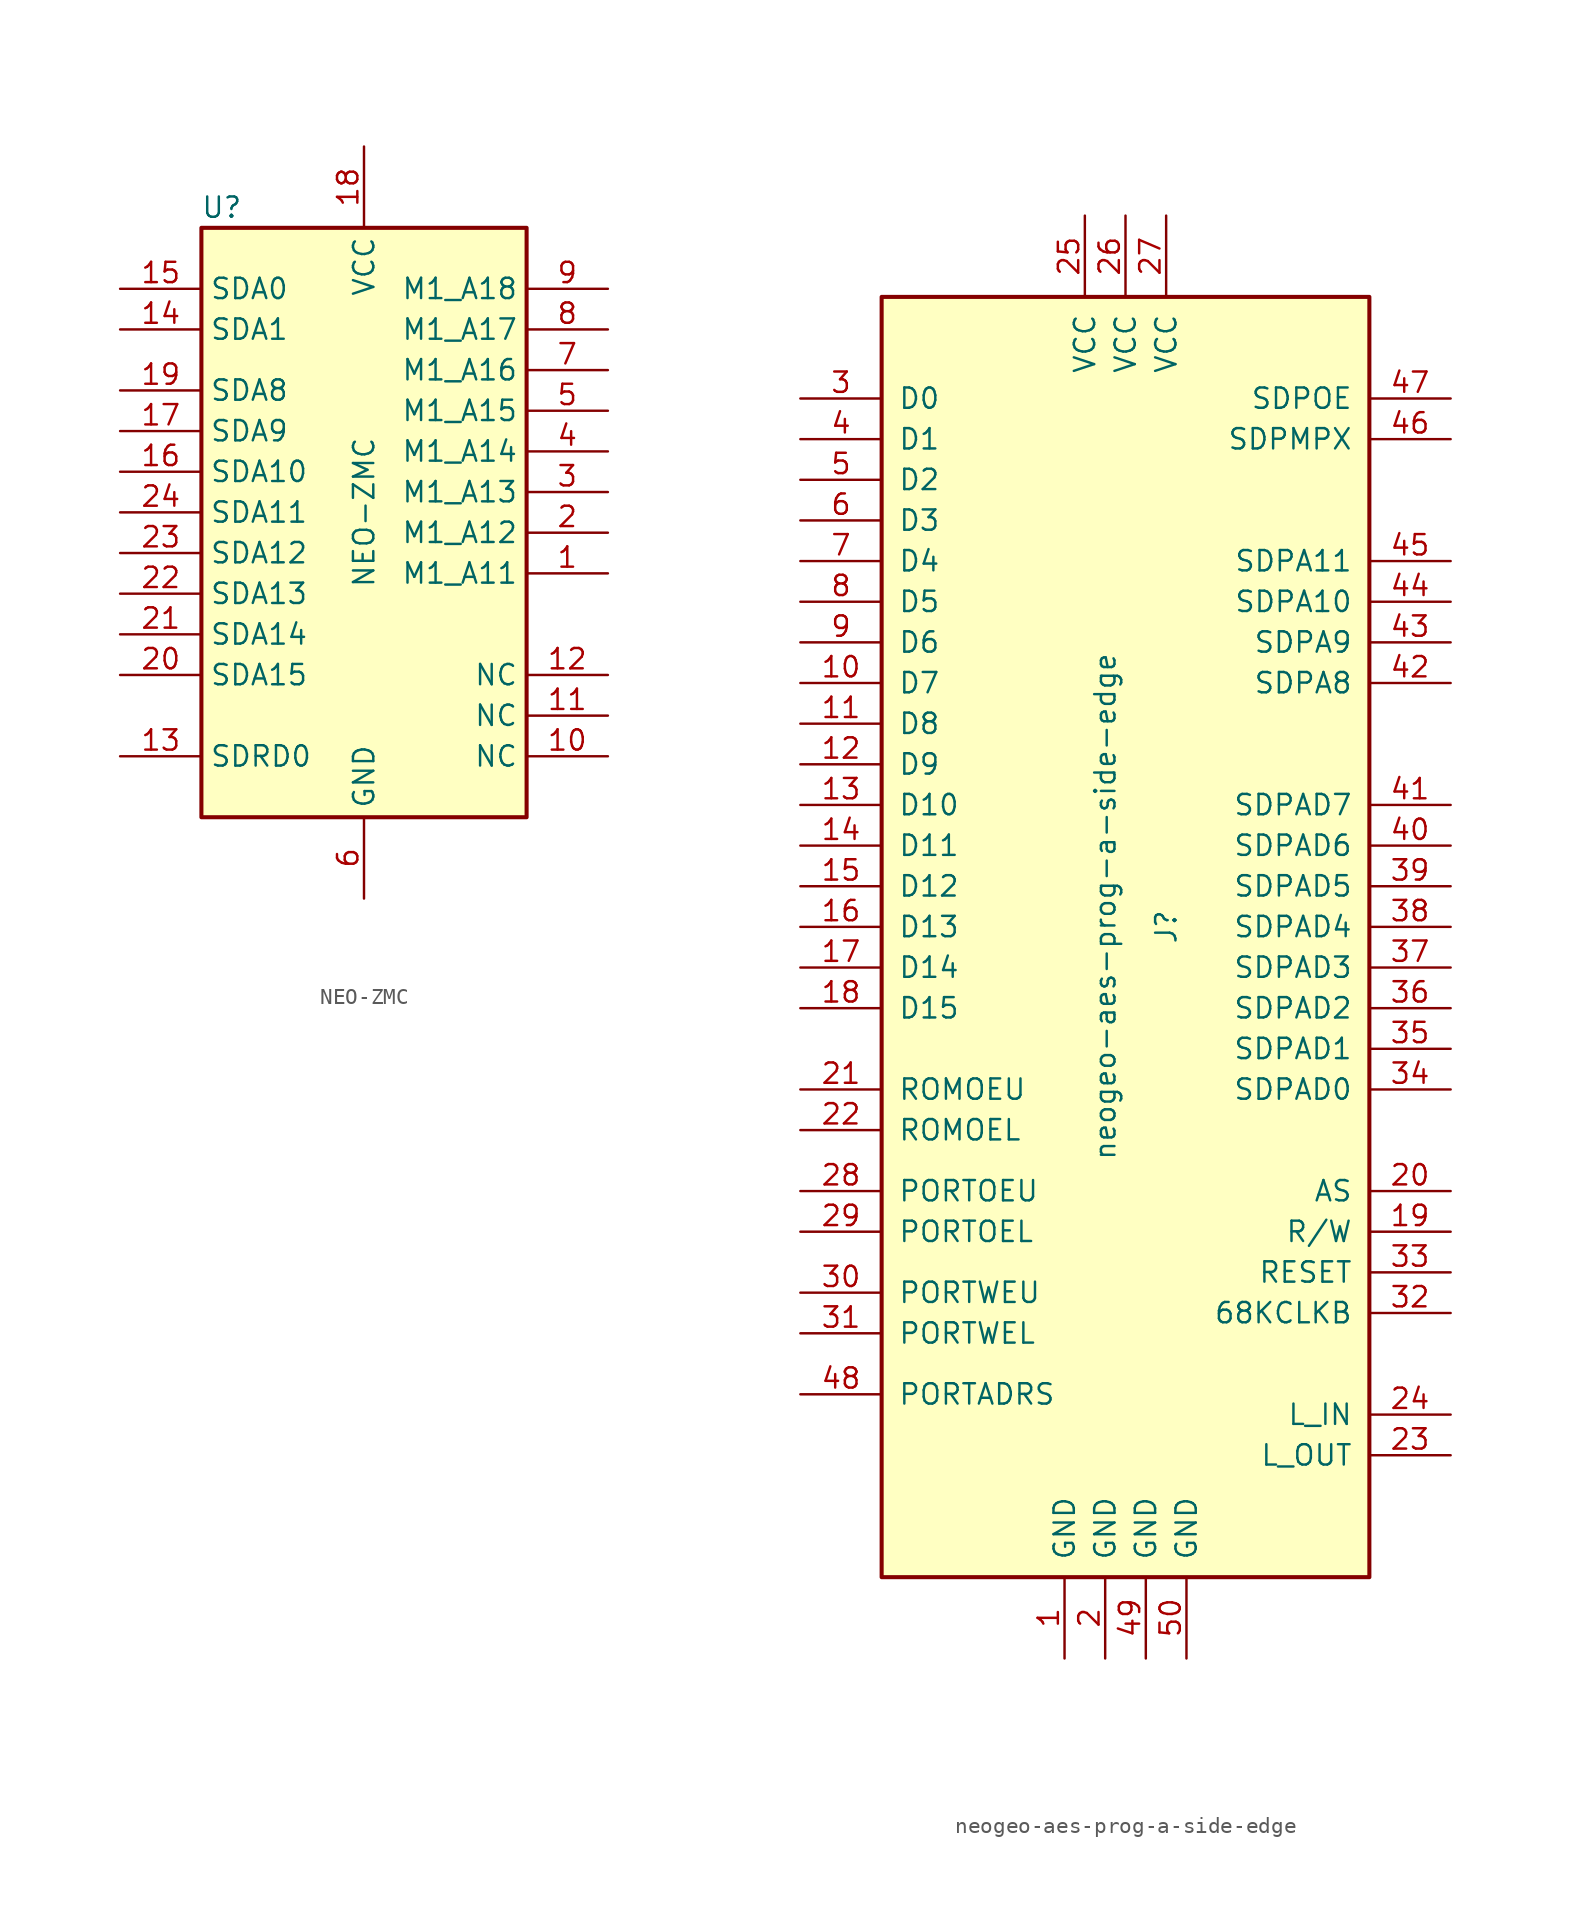
<source format=kicad_sym>
(kicad_symbol_lib
  (version 20211014)
  (generator kicad_symbol_editor)
  (symbol "NEO-ZMC"
    (property "Reference" "U"
      (at -8.89 19.05 0)
      (effects (font (size 1.27 1.27))))
    (property "Value" "NEO-ZMC"
      (at 0 0 90)
      (effects (font (size 1.27 1.27))))
    (symbol "NEO-ZMC_0_1"
      (rectangle (start -10.16 17.78) (end 10.16 -19.05) (stroke (width 0.254) (type default) (color 0 0 0 0)) (fill (type background))))
    (symbol "NEO-ZMC_1_1"
      (pin output line (at 15.24 -3.81 180) (length 5.08) (name "M1_A11" (effects (font (size 1.27 1.27)))) (number "1" (effects (font (size 1.27 1.27)))))
      (pin unspecified line (at 15.24 -15.24 180) (length 5.08) (name "NC" (effects (font (size 1.27 1.27)))) (number "10" (effects (font (size 1.27 1.27)))))
      (pin unspecified line (at 15.24 -12.7 180) (length 5.08) (name "NC" (effects (font (size 1.27 1.27)))) (number "11" (effects (font (size 1.27 1.27)))))
      (pin unspecified line (at 15.24 -10.16 180) (length 5.08) (name "NC" (effects (font (size 1.27 1.27)))) (number "12" (effects (font (size 1.27 1.27)))))
      (pin input line (at -15.24 -15.24 0) (length 5.08) (name "SDRD0" (effects (font (size 1.27 1.27)))) (number "13" (effects (font (size 1.27 1.27)))))
      (pin input line (at -15.24 11.43 0) (length 5.08) (name "SDA1" (effects (font (size 1.27 1.27)))) (number "14" (effects (font (size 1.27 1.27)))))
      (pin input line (at -15.24 13.97 0) (length 5.08) (name "SDA0" (effects (font (size 1.27 1.27)))) (number "15" (effects (font (size 1.27 1.27)))))
      (pin input line (at -15.24 2.54 0) (length 5.08) (name "SDA10" (effects (font (size 1.27 1.27)))) (number "16" (effects (font (size 1.27 1.27)))))
      (pin input line (at -15.24 5.08 0) (length 5.08) (name "SDA9" (effects (font (size 1.27 1.27)))) (number "17" (effects (font (size 1.27 1.27)))))
      (pin power_in line (at 0 22.86 270) (length 5.08) (name "VCC" (effects (font (size 1.27 1.27)))) (number "18" (effects (font (size 1.27 1.27)))))
      (pin input line (at -15.24 7.62 0) (length 5.08) (name "SDA8" (effects (font (size 1.27 1.27)))) (number "19" (effects (font (size 1.27 1.27)))))
      (pin output line (at 15.24 -1.27 180) (length 5.08) (name "M1_A12" (effects (font (size 1.27 1.27)))) (number "2" (effects (font (size 1.27 1.27)))))
      (pin input line (at -15.24 -10.16 0) (length 5.08) (name "SDA15" (effects (font (size 1.27 1.27)))) (number "20" (effects (font (size 1.27 1.27)))))
      (pin input line (at -15.24 -7.62 0) (length 5.08) (name "SDA14" (effects (font (size 1.27 1.27)))) (number "21" (effects (font (size 1.27 1.27)))))
      (pin input line (at -15.24 -5.08 0) (length 5.08) (name "SDA13" (effects (font (size 1.27 1.27)))) (number "22" (effects (font (size 1.27 1.27)))))
      (pin input line (at -15.24 -2.54 0) (length 5.08) (name "SDA12" (effects (font (size 1.27 1.27)))) (number "23" (effects (font (size 1.27 1.27)))))
      (pin input line (at -15.24 0 0) (length 5.08) (name "SDA11" (effects (font (size 1.27 1.27)))) (number "24" (effects (font (size 1.27 1.27)))))
      (pin output line (at 15.24 1.27 180) (length 5.08) (name "M1_A13" (effects (font (size 1.27 1.27)))) (number "3" (effects (font (size 1.27 1.27)))))
      (pin output line (at 15.24 3.81 180) (length 5.08) (name "M1_A14" (effects (font (size 1.27 1.27)))) (number "4" (effects (font (size 1.27 1.27)))))
      (pin output line (at 15.24 6.35 180) (length 5.08) (name "M1_A15" (effects (font (size 1.27 1.27)))) (number "5" (effects (font (size 1.27 1.27)))))
      (pin power_in line (at 0 -24.13 90) (length 5.08) (name "GND" (effects (font (size 1.27 1.27)))) (number "6" (effects (font (size 1.27 1.27)))))
      (pin output line (at 15.24 8.89 180) (length 5.08) (name "M1_A16" (effects (font (size 1.27 1.27)))) (number "7" (effects (font (size 1.27 1.27)))))
      (pin output line (at 15.24 11.43 180) (length 5.08) (name "M1_A17" (effects (font (size 1.27 1.27)))) (number "8" (effects (font (size 1.27 1.27)))))
      (pin output line (at 15.24 13.97 180) (length 5.08) (name "M1_A18" (effects (font (size 1.27 1.27)))) (number "9" (effects (font (size 1.27 1.27)))))))
  (symbol "neogeo-aes-prog-a-side-edge"
    (pin_names
      (offset 1.016))
    (property "Reference" "J"
      (at 2.54 -1.27 90)
      (effects (font (size 1.27 1.27))))
    (property "Value" "neogeo-aes-prog-a-side-edge"
      (at -1.27 0 90)
      (effects (font (size 1.27 1.27))))
    (symbol "neogeo-aes-prog-a-side-edge_0_0"
      (pin output line (at 20.32 -20.32 180) (length 5.08) (name "R/W" (effects (font (size 1.27 1.27)))) (number "19" (effects (font (size 1.27 1.27)))))
      (pin output line (at 20.32 -17.78 180) (length 5.08) (name "AS" (effects (font (size 1.27 1.27)))) (number "20" (effects (font (size 1.27 1.27)))))
      (pin output line (at -20.32 -11.43 0) (length 5.08) (name "ROMOEU" (effects (font (size 1.27 1.27)))) (number "21" (effects (font (size 1.27 1.27)))))
      (pin output line (at -20.32 -13.97 0) (length 5.08) (name "ROMOEL" (effects (font (size 1.27 1.27)))) (number "22" (effects (font (size 1.27 1.27)))))
      (pin output line (at -20.32 -17.78 0) (length 5.08) (name "PORTOEU" (effects (font (size 1.27 1.27)))) (number "28" (effects (font (size 1.27 1.27)))))
      (pin output line (at -20.32 -20.32 0) (length 5.08) (name "PORTOEL" (effects (font (size 1.27 1.27)))) (number "29" (effects (font (size 1.27 1.27)))))
      (pin output line (at -20.32 -24.13 0) (length 5.08) (name "PORTWEU" (effects (font (size 1.27 1.27)))) (number "30" (effects (font (size 1.27 1.27)))))
      (pin output line (at -20.32 -26.67 0) (length 5.08) (name "PORTWEL" (effects (font (size 1.27 1.27)))) (number "31" (effects (font (size 1.27 1.27)))))
      (pin output line (at 20.32 -25.4 180) (length 5.08) (name "68KCLKB" (effects (font (size 1.27 1.27)))) (number "32" (effects (font (size 1.27 1.27)))))
      (pin output line (at 20.32 -22.86 180) (length 5.08) (name "RESET" (effects (font (size 1.27 1.27)))) (number "33" (effects (font (size 1.27 1.27)))))
      (pin bidirectional line (at 20.32 -11.43 180) (length 5.08) (name "SDPAD0" (effects (font (size 1.27 1.27)))) (number "34" (effects (font (size 1.27 1.27)))))
      (pin bidirectional line (at 20.32 -8.89 180) (length 5.08) (name "SDPAD1" (effects (font (size 1.27 1.27)))) (number "35" (effects (font (size 1.27 1.27)))))
      (pin bidirectional line (at 20.32 -6.35 180) (length 5.08) (name "SDPAD2" (effects (font (size 1.27 1.27)))) (number "36" (effects (font (size 1.27 1.27)))))
      (pin bidirectional line (at 20.32 -3.81 180) (length 5.08) (name "SDPAD3" (effects (font (size 1.27 1.27)))) (number "37" (effects (font (size 1.27 1.27)))))
      (pin bidirectional line (at 20.32 -1.27 180) (length 5.08) (name "SDPAD4" (effects (font (size 1.27 1.27)))) (number "38" (effects (font (size 1.27 1.27)))))
      (pin bidirectional line (at 20.32 1.27 180) (length 5.08) (name "SDPAD5" (effects (font (size 1.27 1.27)))) (number "39" (effects (font (size 1.27 1.27)))))
      (pin bidirectional line (at 20.32 3.81 180) (length 5.08) (name "SDPAD6" (effects (font (size 1.27 1.27)))) (number "40" (effects (font (size 1.27 1.27)))))
      (pin bidirectional line (at 20.32 6.35 180) (length 5.08) (name "SDPAD7" (effects (font (size 1.27 1.27)))) (number "41" (effects (font (size 1.27 1.27)))))
      (pin output line (at 20.32 13.97 180) (length 5.08) (name "SDPA8" (effects (font (size 1.27 1.27)))) (number "42" (effects (font (size 1.27 1.27)))))
      (pin output line (at 20.32 16.51 180) (length 5.08) (name "SDPA9" (effects (font (size 1.27 1.27)))) (number "43" (effects (font (size 1.27 1.27)))))
      (pin output line (at 20.32 19.05 180) (length 5.08) (name "SDPA10" (effects (font (size 1.27 1.27)))) (number "44" (effects (font (size 1.27 1.27)))))
      (pin output line (at 20.32 21.59 180) (length 5.08) (name "SDPA11" (effects (font (size 1.27 1.27)))) (number "45" (effects (font (size 1.27 1.27)))))
      (pin output line (at 20.32 29.21 180) (length 5.08) (name "SDPMPX" (effects (font (size 1.27 1.27)))) (number "46" (effects (font (size 1.27 1.27)))))
      (pin output line (at 20.32 31.75 180) (length 5.08) (name "SDPOE" (effects (font (size 1.27 1.27)))) (number "47" (effects (font (size 1.27 1.27)))))
      (pin output line (at -20.32 -30.48 0) (length 5.08) (name "PORTADRS" (effects (font (size 1.27 1.27)))) (number "48" (effects (font (size 1.27 1.27))))))
    (symbol "neogeo-aes-prog-a-side-edge_1_1"
      (rectangle (start -15.24 38.1) (end 15.24 -41.91) (stroke (width 0.254) (type default) (color 0 0 0 0)) (fill (type background)))
      (pin power_out line (at -3.81 -46.99 90) (length 5.08) (name "GND" (effects (font (size 1.27 1.27)))) (number "1" (effects (font (size 1.27 1.27)))))
      (pin bidirectional line (at -20.32 13.97 0) (length 5.08) (name "D7" (effects (font (size 1.27 1.27)))) (number "10" (effects (font (size 1.27 1.27)))))
      (pin bidirectional line (at -20.32 11.43 0) (length 5.08) (name "D8" (effects (font (size 1.27 1.27)))) (number "11" (effects (font (size 1.27 1.27)))))
      (pin bidirectional line (at -20.32 8.89 0) (length 5.08) (name "D9" (effects (font (size 1.27 1.27)))) (number "12" (effects (font (size 1.27 1.27)))))
      (pin bidirectional line (at -20.32 6.35 0) (length 5.08) (name "D10" (effects (font (size 1.27 1.27)))) (number "13" (effects (font (size 1.27 1.27)))))
      (pin bidirectional line (at -20.32 3.81 0) (length 5.08) (name "D11" (effects (font (size 1.27 1.27)))) (number "14" (effects (font (size 1.27 1.27)))))
      (pin bidirectional line (at -20.32 1.27 0) (length 5.08) (name "D12" (effects (font (size 1.27 1.27)))) (number "15" (effects (font (size 1.27 1.27)))))
      (pin bidirectional line (at -20.32 -1.27 0) (length 5.08) (name "D13" (effects (font (size 1.27 1.27)))) (number "16" (effects (font (size 1.27 1.27)))))
      (pin bidirectional line (at -20.32 -3.81 0) (length 5.08) (name "D14" (effects (font (size 1.27 1.27)))) (number "17" (effects (font (size 1.27 1.27)))))
      (pin bidirectional line (at -20.32 -6.35 0) (length 5.08) (name "D15" (effects (font (size 1.27 1.27)))) (number "18" (effects (font (size 1.27 1.27)))))
      (pin power_out line (at -1.27 -46.99 90) (length 5.08) (name "GND" (effects (font (size 1.27 1.27)))) (number "2" (effects (font (size 1.27 1.27)))))
      (pin input line (at 20.32 -34.29 180) (length 5.08) (name "L_OUT" (effects (font (size 1.27 1.27)))) (number "23" (effects (font (size 1.27 1.27)))))
      (pin output line (at 20.32 -31.75 180) (length 5.08) (name "L_IN" (effects (font (size 1.27 1.27)))) (number "24" (effects (font (size 1.27 1.27)))))
      (pin power_out line (at -2.54 43.18 270) (length 5.08) (name "VCC" (effects (font (size 1.27 1.27)))) (number "25" (effects (font (size 1.27 1.27)))))
      (pin power_out line (at 0 43.18 270) (length 5.08) (name "VCC" (effects (font (size 1.27 1.27)))) (number "26" (effects (font (size 1.27 1.27)))))
      (pin power_out line (at 2.54 43.18 270) (length 5.08) (name "VCC" (effects (font (size 1.27 1.27)))) (number "27" (effects (font (size 1.27 1.27)))))
      (pin bidirectional line (at -20.32 31.75 0) (length 5.08) (name "D0" (effects (font (size 1.27 1.27)))) (number "3" (effects (font (size 1.27 1.27)))))
      (pin bidirectional line (at -20.32 29.21 0) (length 5.08) (name "D1" (effects (font (size 1.27 1.27)))) (number "4" (effects (font (size 1.27 1.27)))))
      (pin power_out line (at 1.27 -46.99 90) (length 5.08) (name "GND" (effects (font (size 1.27 1.27)))) (number "49" (effects (font (size 1.27 1.27)))))
      (pin bidirectional line (at -20.32 26.67 0) (length 5.08) (name "D2" (effects (font (size 1.27 1.27)))) (number "5" (effects (font (size 1.27 1.27)))))
      (pin power_out line (at 3.81 -46.99 90) (length 5.08) (name "GND" (effects (font (size 1.27 1.27)))) (number "50" (effects (font (size 1.27 1.27)))))
      (pin bidirectional line (at -20.32 24.13 0) (length 5.08) (name "D3" (effects (font (size 1.27 1.27)))) (number "6" (effects (font (size 1.27 1.27)))))
      (pin bidirectional line (at -20.32 21.59 0) (length 5.08) (name "D4" (effects (font (size 1.27 1.27)))) (number "7" (effects (font (size 1.27 1.27)))))
      (pin bidirectional line (at -20.32 19.05 0) (length 5.08) (name "D5" (effects (font (size 1.27 1.27)))) (number "8" (effects (font (size 1.27 1.27)))))
      (pin bidirectional line (at -20.32 16.51 0) (length 5.08) (name "D6" (effects (font (size 1.27 1.27)))) (number "9" (effects (font (size 1.27 1.27))))))))
</source>
